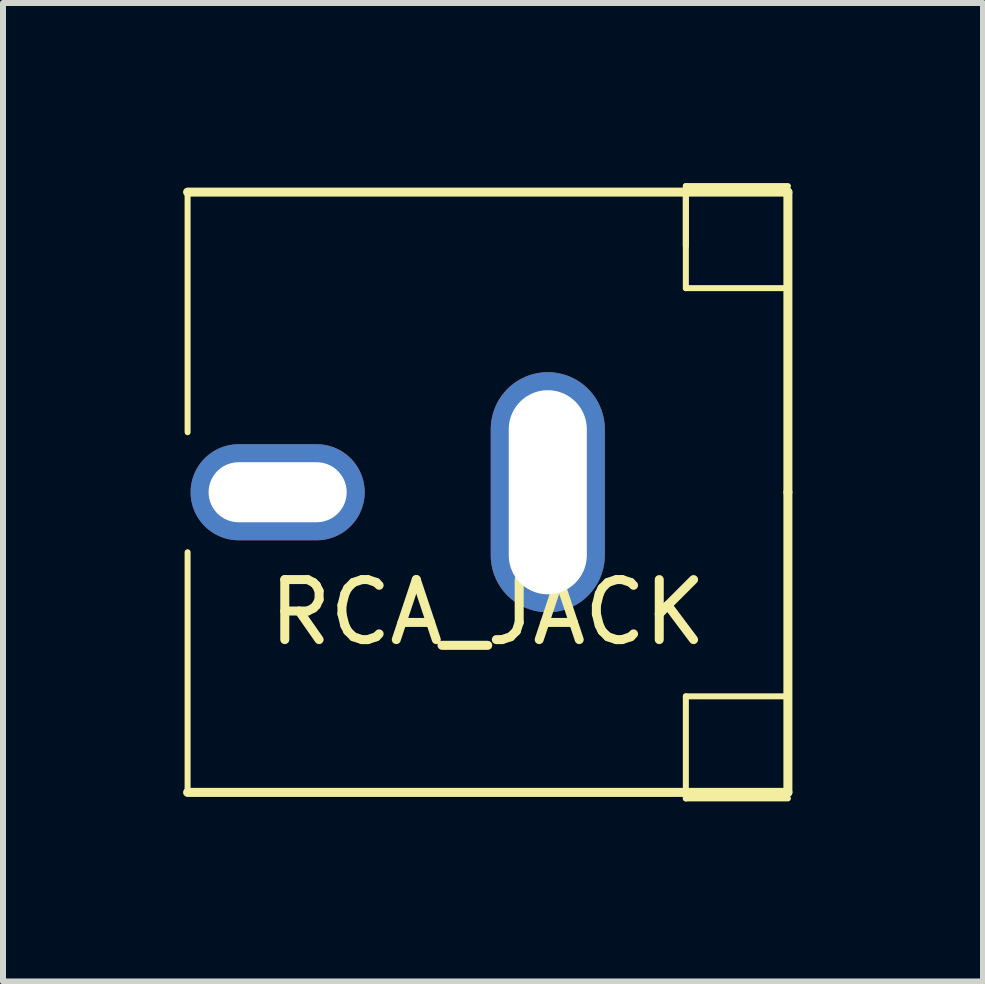
<source format=kicad_pcb>
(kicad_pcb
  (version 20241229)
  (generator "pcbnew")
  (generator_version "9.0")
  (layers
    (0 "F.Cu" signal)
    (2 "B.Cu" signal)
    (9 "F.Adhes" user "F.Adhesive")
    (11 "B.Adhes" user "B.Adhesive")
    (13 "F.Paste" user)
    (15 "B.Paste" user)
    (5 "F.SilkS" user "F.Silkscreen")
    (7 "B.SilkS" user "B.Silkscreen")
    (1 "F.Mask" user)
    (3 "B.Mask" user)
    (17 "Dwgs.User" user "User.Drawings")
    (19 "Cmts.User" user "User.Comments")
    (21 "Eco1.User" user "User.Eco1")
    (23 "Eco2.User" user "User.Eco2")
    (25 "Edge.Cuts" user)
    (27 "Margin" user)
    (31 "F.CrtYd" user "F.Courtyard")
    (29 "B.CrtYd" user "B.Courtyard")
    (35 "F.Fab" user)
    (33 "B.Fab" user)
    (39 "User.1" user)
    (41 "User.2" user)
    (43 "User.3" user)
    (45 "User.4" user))
  (footprint "RCA_JACK"
    (layer "F.Cu")
    (at 10.075 5.15)
    (property "Reference" "RCA_JACK" (at -5 2 0) (layer "F.SilkS") (effects (font (size 1 1) (thickness 0.15))))
    (attr through_hole)
    (fp_line (start -10 -5) (end -10 -1) (stroke (width 0.1) (type default)) (layer "F.SilkS"))
    (fp_line (start -10 5) (end -10 1) (stroke (width 0.1) (type default)) (layer "F.SilkS"))
    (fp_line (start -10 5) (end 0 5) (stroke (width 0.15) (type solid)) (layer "F.SilkS"))
    (fp_line (start -1.7 -5.1) (end -1.7 -3.4) (stroke (width 0.1) (type solid)) (layer "F.SilkS"))
    (fp_line (start -1.7 -5) (end -1.7 -4.1) (stroke (width 0.1) (type solid)) (layer "F.SilkS"))
    (fp_line (start -1.7 -3.4) (end 0 -3.4) (stroke (width 0.1) (type solid)) (layer "F.SilkS"))
    (fp_line (start -1.7 3.4) (end 0 3.4) (stroke (width 0.1) (type solid)) (layer "F.SilkS"))
    (fp_line (start -1.7 5.1) (end -1.7 3.4) (stroke (width 0.1) (type solid)) (layer "F.SilkS"))
    (fp_line (start 0 -5.1) (end -1.7 -5.1) (stroke (width 0.1) (type solid)) (layer "F.SilkS"))
    (fp_line (start 0 -5) (end -10 -5) (stroke (width 0.15) (type solid)) (layer "F.SilkS"))
    (fp_line (start 0 0) (end 0 -5) (stroke (width 0.15) (type solid)) (layer "F.SilkS"))
    (fp_line (start 0 5) (end 0 0) (stroke (width 0.15) (type solid)) (layer "F.SilkS"))
    (fp_line (start 0 5.1) (end -1.7 5.1) (stroke (width 0.1) (type solid)) (layer "F.SilkS"))
    (pad "1" thru_hole oval (at -8.5 0) (size 2.9 1.6) (drill oval 2.3 1) (layers "*.Cu" "*.Mask"))
    (pad "2" thru_hole oval (at -4 0) (size 1.9 4) (drill oval 1.3 3.4) (layers "*.Cu" "*.Mask")))
  (gr_rect
    (start -3 -3)
    (end 13.325 13.3)
    (stroke (width 0.1) (type default))
    (fill no)
    (layer "Edge.Cuts")))
</source>
